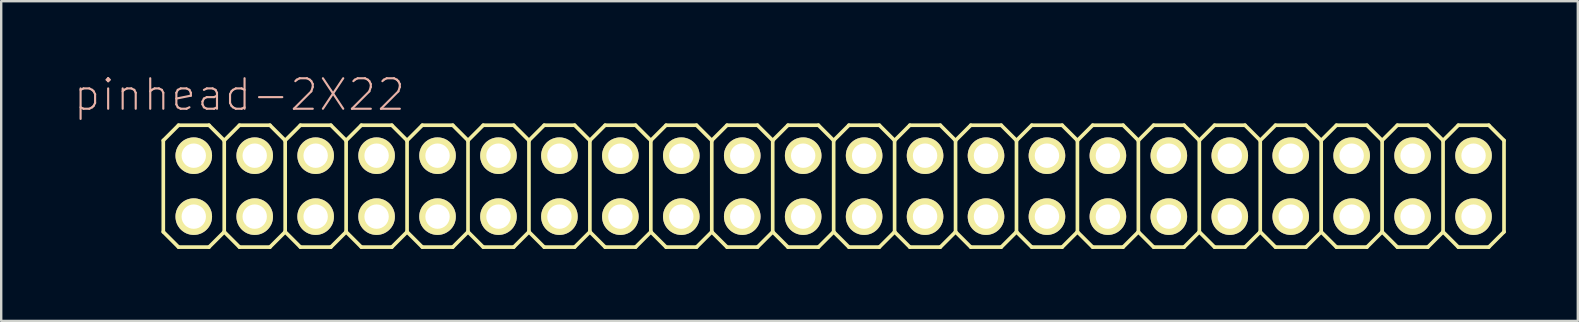
<source format=kicad_pcb>
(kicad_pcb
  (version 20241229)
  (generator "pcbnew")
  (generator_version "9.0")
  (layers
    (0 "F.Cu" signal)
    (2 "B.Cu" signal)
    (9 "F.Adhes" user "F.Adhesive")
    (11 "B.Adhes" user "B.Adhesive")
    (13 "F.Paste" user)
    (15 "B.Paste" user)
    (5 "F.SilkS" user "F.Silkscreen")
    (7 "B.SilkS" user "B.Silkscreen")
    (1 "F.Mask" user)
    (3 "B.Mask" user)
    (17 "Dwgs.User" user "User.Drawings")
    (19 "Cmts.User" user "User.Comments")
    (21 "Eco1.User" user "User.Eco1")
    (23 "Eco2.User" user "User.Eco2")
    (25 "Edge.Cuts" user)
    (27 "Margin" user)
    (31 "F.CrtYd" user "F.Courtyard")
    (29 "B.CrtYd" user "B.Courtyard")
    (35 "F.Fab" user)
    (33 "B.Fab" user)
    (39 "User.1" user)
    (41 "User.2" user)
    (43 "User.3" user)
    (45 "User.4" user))
  (footprint "pinhead-2X22"
    (layer "F.Cu")
    (at 30.426 4.709)
    (property "Reference" "pinhead-2X22" (at -23.495 -3.81 0) (layer "B.SilkS") (effects (font (size 1.27 1.27) (thickness 0.089))))
    (attr exclude_from_pos_files exclude_from_bom)
    (fp_line (start -26.67 -1.905) (end -26.035 -2.54) (stroke (width 0.152) (type solid)) (layer "F.SilkS"))
    (fp_line (start -26.67 1.905) (end -26.67 -1.905) (stroke (width 0.152) (type solid)) (layer "F.SilkS"))
    (fp_line (start -26.67 1.905) (end -26.035 2.54) (stroke (width 0.152) (type solid)) (layer "F.SilkS"))
    (fp_line (start -26.035 -2.54) (end -24.765 -2.54) (stroke (width 0.152) (type solid)) (layer "F.SilkS"))
    (fp_line (start -26.035 2.54) (end -24.765 2.54) (stroke (width 0.152) (type solid)) (layer "F.SilkS"))
    (fp_line (start -25.654 -1.524) (end -25.146 -1.524) (stroke (width 0.066) (type solid)) (layer "F.SilkS"))
    (fp_line (start -25.654 -1.016) (end -25.654 -1.524) (stroke (width 0.066) (type solid)) (layer "F.SilkS"))
    (fp_line (start -25.654 -1.016) (end -25.146 -1.016) (stroke (width 0.066) (type solid)) (layer "F.SilkS"))
    (fp_line (start -25.654 1.016) (end -25.146 1.016) (stroke (width 0.066) (type solid)) (layer "F.SilkS"))
    (fp_line (start -25.654 1.524) (end -25.654 1.016) (stroke (width 0.066) (type solid)) (layer "F.SilkS"))
    (fp_line (start -25.654 1.524) (end -25.146 1.524) (stroke (width 0.066) (type solid)) (layer "F.SilkS"))
    (fp_line (start -25.146 -1.016) (end -25.146 -1.524) (stroke (width 0.066) (type solid)) (layer "F.SilkS"))
    (fp_line (start -25.146 1.524) (end -25.146 1.016) (stroke (width 0.066) (type solid)) (layer "F.SilkS"))
    (fp_line (start -24.765 -2.54) (end -24.13 -1.905) (stroke (width 0.152) (type solid)) (layer "F.SilkS"))
    (fp_line (start -24.765 2.54) (end -24.13 1.905) (stroke (width 0.152) (type solid)) (layer "F.SilkS"))
    (fp_line (start -24.13 -1.905) (end -24.13 1.905) (stroke (width 0.152) (type solid)) (layer "F.SilkS"))
    (fp_line (start -24.13 -1.905) (end -23.495 -2.54) (stroke (width 0.152) (type solid)) (layer "F.SilkS"))
    (fp_line (start -24.13 1.905) (end -23.495 2.54) (stroke (width 0.152) (type solid)) (layer "F.SilkS"))
    (fp_line (start -23.495 -2.54) (end -22.225 -2.54) (stroke (width 0.152) (type solid)) (layer "F.SilkS"))
    (fp_line (start -23.495 2.54) (end -22.225 2.54) (stroke (width 0.152) (type solid)) (layer "F.SilkS"))
    (fp_line (start -23.114 -1.524) (end -22.606 -1.524) (stroke (width 0.066) (type solid)) (layer "F.SilkS"))
    (fp_line (start -23.114 -1.016) (end -23.114 -1.524) (stroke (width 0.066) (type solid)) (layer "F.SilkS"))
    (fp_line (start -23.114 -1.016) (end -22.606 -1.016) (stroke (width 0.066) (type solid)) (layer "F.SilkS"))
    (fp_line (start -23.114 1.016) (end -22.606 1.016) (stroke (width 0.066) (type solid)) (layer "F.SilkS"))
    (fp_line (start -23.114 1.524) (end -23.114 1.016) (stroke (width 0.066) (type solid)) (layer "F.SilkS"))
    (fp_line (start -23.114 1.524) (end -22.606 1.524) (stroke (width 0.066) (type solid)) (layer "F.SilkS"))
    (fp_line (start -22.606 -1.016) (end -22.606 -1.524) (stroke (width 0.066) (type solid)) (layer "F.SilkS"))
    (fp_line (start -22.606 1.524) (end -22.606 1.016) (stroke (width 0.066) (type solid)) (layer "F.SilkS"))
    (fp_line (start -22.225 -2.54) (end -21.59 -1.905) (stroke (width 0.152) (type solid)) (layer "F.SilkS"))
    (fp_line (start -22.225 2.54) (end -21.59 1.905) (stroke (width 0.152) (type solid)) (layer "F.SilkS"))
    (fp_line (start -21.59 -1.905) (end -21.59 1.905) (stroke (width 0.152) (type solid)) (layer "F.SilkS"))
    (fp_line (start -21.59 -1.905) (end -20.955 -2.54) (stroke (width 0.152) (type solid)) (layer "F.SilkS"))
    (fp_line (start -21.59 1.905) (end -20.955 2.54) (stroke (width 0.152) (type solid)) (layer "F.SilkS"))
    (fp_line (start -20.955 -2.54) (end -19.685 -2.54) (stroke (width 0.152) (type solid)) (layer "F.SilkS"))
    (fp_line (start -20.955 2.54) (end -19.685 2.54) (stroke (width 0.152) (type solid)) (layer "F.SilkS"))
    (fp_line (start -20.574 -1.524) (end -20.066 -1.524) (stroke (width 0.066) (type solid)) (layer "F.SilkS"))
    (fp_line (start -20.574 -1.016) (end -20.574 -1.524) (stroke (width 0.066) (type solid)) (layer "F.SilkS"))
    (fp_line (start -20.574 -1.016) (end -20.066 -1.016) (stroke (width 0.066) (type solid)) (layer "F.SilkS"))
    (fp_line (start -20.574 1.016) (end -20.066 1.016) (stroke (width 0.066) (type solid)) (layer "F.SilkS"))
    (fp_line (start -20.574 1.524) (end -20.574 1.016) (stroke (width 0.066) (type solid)) (layer "F.SilkS"))
    (fp_line (start -20.574 1.524) (end -20.066 1.524) (stroke (width 0.066) (type solid)) (layer "F.SilkS"))
    (fp_line (start -20.066 -1.016) (end -20.066 -1.524) (stroke (width 0.066) (type solid)) (layer "F.SilkS"))
    (fp_line (start -20.066 1.524) (end -20.066 1.016) (stroke (width 0.066) (type solid)) (layer "F.SilkS"))
    (fp_line (start -19.685 -2.54) (end -19.05 -1.905) (stroke (width 0.152) (type solid)) (layer "F.SilkS"))
    (fp_line (start -19.685 2.54) (end -19.05 1.905) (stroke (width 0.152) (type solid)) (layer "F.SilkS"))
    (fp_line (start -19.05 -1.905) (end -19.05 1.905) (stroke (width 0.152) (type solid)) (layer "F.SilkS"))
    (fp_line (start -19.05 -1.905) (end -18.415 -2.54) (stroke (width 0.152) (type solid)) (layer "F.SilkS"))
    (fp_line (start -19.05 1.905) (end -18.415 2.54) (stroke (width 0.152) (type solid)) (layer "F.SilkS"))
    (fp_line (start -18.415 -2.54) (end -17.145 -2.54) (stroke (width 0.152) (type solid)) (layer "F.SilkS"))
    (fp_line (start -18.415 2.54) (end -17.145 2.54) (stroke (width 0.152) (type solid)) (layer "F.SilkS"))
    (fp_line (start -18.034 -1.524) (end -17.523 -1.524) (stroke (width 0.066) (type solid)) (layer "F.SilkS"))
    (fp_line (start -18.034 -1.016) (end -18.034 -1.524) (stroke (width 0.066) (type solid)) (layer "F.SilkS"))
    (fp_line (start -18.034 -1.016) (end -17.523 -1.016) (stroke (width 0.066) (type solid)) (layer "F.SilkS"))
    (fp_line (start -18.034 1.016) (end -17.523 1.016) (stroke (width 0.066) (type solid)) (layer "F.SilkS"))
    (fp_line (start -18.034 1.524) (end -18.034 1.016) (stroke (width 0.066) (type solid)) (layer "F.SilkS"))
    (fp_line (start -18.034 1.524) (end -17.523 1.524) (stroke (width 0.066) (type solid)) (layer "F.SilkS"))
    (fp_line (start -17.523 -1.016) (end -17.523 -1.524) (stroke (width 0.066) (type solid)) (layer "F.SilkS"))
    (fp_line (start -17.523 1.524) (end -17.523 1.016) (stroke (width 0.066) (type solid)) (layer "F.SilkS"))
    (fp_line (start -17.145 -2.54) (end -16.51 -1.905) (stroke (width 0.152) (type solid)) (layer "F.SilkS"))
    (fp_line (start -17.145 2.54) (end -16.51 1.905) (stroke (width 0.152) (type solid)) (layer "F.SilkS"))
    (fp_line (start -16.51 -1.905) (end -16.51 1.905) (stroke (width 0.152) (type solid)) (layer "F.SilkS"))
    (fp_line (start -16.51 -1.905) (end -15.875 -2.54) (stroke (width 0.152) (type solid)) (layer "F.SilkS"))
    (fp_line (start -16.51 1.905) (end -15.875 2.54) (stroke (width 0.152) (type solid)) (layer "F.SilkS"))
    (fp_line (start -15.875 -2.54) (end -14.605 -2.54) (stroke (width 0.152) (type solid)) (layer "F.SilkS"))
    (fp_line (start -15.875 2.54) (end -14.605 2.54) (stroke (width 0.152) (type solid)) (layer "F.SilkS"))
    (fp_line (start -15.494 -1.524) (end -14.986 -1.524) (stroke (width 0.066) (type solid)) (layer "F.SilkS"))
    (fp_line (start -15.494 -1.016) (end -15.494 -1.524) (stroke (width 0.066) (type solid)) (layer "F.SilkS"))
    (fp_line (start -15.494 -1.016) (end -14.986 -1.016) (stroke (width 0.066) (type solid)) (layer "F.SilkS"))
    (fp_line (start -15.494 1.016) (end -14.986 1.016) (stroke (width 0.066) (type solid)) (layer "F.SilkS"))
    (fp_line (start -15.494 1.524) (end -15.494 1.016) (stroke (width 0.066) (type solid)) (layer "F.SilkS"))
    (fp_line (start -15.494 1.524) (end -14.986 1.524) (stroke (width 0.066) (type solid)) (layer "F.SilkS"))
    (fp_line (start -14.986 -1.016) (end -14.986 -1.524) (stroke (width 0.066) (type solid)) (layer "F.SilkS"))
    (fp_line (start -14.986 1.524) (end -14.986 1.016) (stroke (width 0.066) (type solid)) (layer "F.SilkS"))
    (fp_line (start -14.605 -2.54) (end -13.97 -1.905) (stroke (width 0.152) (type solid)) (layer "F.SilkS"))
    (fp_line (start -14.605 2.54) (end -13.97 1.905) (stroke (width 0.152) (type solid)) (layer "F.SilkS"))
    (fp_line (start -13.97 -1.905) (end -13.97 1.905) (stroke (width 0.152) (type solid)) (layer "F.SilkS"))
    (fp_line (start -13.97 -1.905) (end -13.335 -2.54) (stroke (width 0.152) (type solid)) (layer "F.SilkS"))
    (fp_line (start -13.97 1.905) (end -13.335 2.54) (stroke (width 0.152) (type solid)) (layer "F.SilkS"))
    (fp_line (start -13.335 -2.54) (end -12.065 -2.54) (stroke (width 0.152) (type solid)) (layer "F.SilkS"))
    (fp_line (start -13.335 2.54) (end -12.065 2.54) (stroke (width 0.152) (type solid)) (layer "F.SilkS"))
    (fp_line (start -12.954 -1.524) (end -12.446 -1.524) (stroke (width 0.066) (type solid)) (layer "F.SilkS"))
    (fp_line (start -12.954 -1.016) (end -12.954 -1.524) (stroke (width 0.066) (type solid)) (layer "F.SilkS"))
    (fp_line (start -12.954 -1.016) (end -12.446 -1.016) (stroke (width 0.066) (type solid)) (layer "F.SilkS"))
    (fp_line (start -12.954 1.016) (end -12.446 1.016) (stroke (width 0.066) (type solid)) (layer "F.SilkS"))
    (fp_line (start -12.954 1.524) (end -12.954 1.016) (stroke (width 0.066) (type solid)) (layer "F.SilkS"))
    (fp_line (start -12.954 1.524) (end -12.446 1.524) (stroke (width 0.066) (type solid)) (layer "F.SilkS"))
    (fp_line (start -12.446 -1.016) (end -12.446 -1.524) (stroke (width 0.066) (type solid)) (layer "F.SilkS"))
    (fp_line (start -12.446 1.524) (end -12.446 1.016) (stroke (width 0.066) (type solid)) (layer "F.SilkS"))
    (fp_line (start -12.065 -2.54) (end -11.43 -1.905) (stroke (width 0.152) (type solid)) (layer "F.SilkS"))
    (fp_line (start -12.065 2.54) (end -11.43 1.905) (stroke (width 0.152) (type solid)) (layer "F.SilkS"))
    (fp_line (start -11.43 -1.905) (end -11.43 1.905) (stroke (width 0.152) (type solid)) (layer "F.SilkS"))
    (fp_line (start -11.43 -1.905) (end -10.795 -2.54) (stroke (width 0.152) (type solid)) (layer "F.SilkS"))
    (fp_line (start -11.43 1.905) (end -10.795 2.54) (stroke (width 0.152) (type solid)) (layer "F.SilkS"))
    (fp_line (start -10.795 -2.54) (end -9.525 -2.54) (stroke (width 0.152) (type solid)) (layer "F.SilkS"))
    (fp_line (start -10.414 -1.524) (end -9.906 -1.524) (stroke (width 0.066) (type solid)) (layer "F.SilkS"))
    (fp_line (start -10.414 -1.016) (end -10.414 -1.524) (stroke (width 0.066) (type solid)) (layer "F.SilkS"))
    (fp_line (start -10.414 -1.016) (end -9.906 -1.016) (stroke (width 0.066) (type solid)) (layer "F.SilkS"))
    (fp_line (start -10.414 1.016) (end -9.906 1.016) (stroke (width 0.066) (type solid)) (layer "F.SilkS"))
    (fp_line (start -10.414 1.524) (end -10.414 1.016) (stroke (width 0.066) (type solid)) (layer "F.SilkS"))
    (fp_line (start -10.414 1.524) (end -9.906 1.524) (stroke (width 0.066) (type solid)) (layer "F.SilkS"))
    (fp_line (start -9.906 -1.016) (end -9.906 -1.524) (stroke (width 0.066) (type solid)) (layer "F.SilkS"))
    (fp_line (start -9.906 1.524) (end -9.906 1.016) (stroke (width 0.066) (type solid)) (layer "F.SilkS"))
    (fp_line (start -9.525 -2.54) (end -8.89 -1.905) (stroke (width 0.152) (type solid)) (layer "F.SilkS"))
    (fp_line (start -9.525 2.54) (end -10.795 2.54) (stroke (width 0.152) (type solid)) (layer "F.SilkS"))
    (fp_line (start -8.89 -1.905) (end -8.89 1.905) (stroke (width 0.152) (type solid)) (layer "F.SilkS"))
    (fp_line (start -8.89 -1.905) (end -8.255 -2.54) (stroke (width 0.152) (type solid)) (layer "F.SilkS"))
    (fp_line (start -8.89 1.905) (end -9.525 2.54) (stroke (width 0.152) (type solid)) (layer "F.SilkS"))
    (fp_line (start -8.89 1.905) (end -8.255 2.54) (stroke (width 0.152) (type solid)) (layer "F.SilkS"))
    (fp_line (start -8.255 -2.54) (end -6.985 -2.54) (stroke (width 0.152) (type solid)) (layer "F.SilkS"))
    (fp_line (start -7.874 -1.524) (end -7.366 -1.524) (stroke (width 0.066) (type solid)) (layer "F.SilkS"))
    (fp_line (start -7.874 -1.016) (end -7.874 -1.524) (stroke (width 0.066) (type solid)) (layer "F.SilkS"))
    (fp_line (start -7.874 -1.016) (end -7.366 -1.016) (stroke (width 0.066) (type solid)) (layer "F.SilkS"))
    (fp_line (start -7.874 1.016) (end -7.366 1.016) (stroke (width 0.066) (type solid)) (layer "F.SilkS"))
    (fp_line (start -7.874 1.524) (end -7.874 1.016) (stroke (width 0.066) (type solid)) (layer "F.SilkS"))
    (fp_line (start -7.874 1.524) (end -7.366 1.524) (stroke (width 0.066) (type solid)) (layer "F.SilkS"))
    (fp_line (start -7.366 -1.016) (end -7.366 -1.524) (stroke (width 0.066) (type solid)) (layer "F.SilkS"))
    (fp_line (start -7.366 1.524) (end -7.366 1.016) (stroke (width 0.066) (type solid)) (layer "F.SilkS"))
    (fp_line (start -6.985 -2.54) (end -6.35 -1.905) (stroke (width 0.152) (type solid)) (layer "F.SilkS"))
    (fp_line (start -6.985 2.54) (end -8.255 2.54) (stroke (width 0.152) (type solid)) (layer "F.SilkS"))
    (fp_line (start -6.35 -1.905) (end -6.35 1.905) (stroke (width 0.152) (type solid)) (layer "F.SilkS"))
    (fp_line (start -6.35 -1.905) (end -5.715 -2.54) (stroke (width 0.152) (type solid)) (layer "F.SilkS"))
    (fp_line (start -6.35 1.905) (end -6.985 2.54) (stroke (width 0.152) (type solid)) (layer "F.SilkS"))
    (fp_line (start -6.35 1.905) (end -5.715 2.54) (stroke (width 0.152) (type solid)) (layer "F.SilkS"))
    (fp_line (start -5.715 -2.54) (end -4.445 -2.54) (stroke (width 0.152) (type solid)) (layer "F.SilkS"))
    (fp_line (start -5.334 -1.524) (end -4.826 -1.524) (stroke (width 0.066) (type solid)) (layer "F.SilkS"))
    (fp_line (start -5.334 -1.016) (end -5.334 -1.524) (stroke (width 0.066) (type solid)) (layer "F.SilkS"))
    (fp_line (start -5.334 -1.016) (end -4.826 -1.016) (stroke (width 0.066) (type solid)) (layer "F.SilkS"))
    (fp_line (start -5.334 1.016) (end -4.826 1.016) (stroke (width 0.066) (type solid)) (layer "F.SilkS"))
    (fp_line (start -5.334 1.524) (end -5.334 1.016) (stroke (width 0.066) (type solid)) (layer "F.SilkS"))
    (fp_line (start -5.334 1.524) (end -4.826 1.524) (stroke (width 0.066) (type solid)) (layer "F.SilkS"))
    (fp_line (start -4.826 -1.016) (end -4.826 -1.524) (stroke (width 0.066) (type solid)) (layer "F.SilkS"))
    (fp_line (start -4.826 1.524) (end -4.826 1.016) (stroke (width 0.066) (type solid)) (layer "F.SilkS"))
    (fp_line (start -4.445 -2.54) (end -3.81 -1.905) (stroke (width 0.152) (type solid)) (layer "F.SilkS"))
    (fp_line (start -4.445 2.54) (end -5.715 2.54) (stroke (width 0.152) (type solid)) (layer "F.SilkS"))
    (fp_line (start -3.81 -1.905) (end -3.81 1.905) (stroke (width 0.152) (type solid)) (layer "F.SilkS"))
    (fp_line (start -3.81 -1.905) (end -3.175 -2.54) (stroke (width 0.152) (type solid)) (layer "F.SilkS"))
    (fp_line (start -3.81 1.905) (end -4.445 2.54) (stroke (width 0.152) (type solid)) (layer "F.SilkS"))
    (fp_line (start -3.81 1.905) (end -3.175 2.54) (stroke (width 0.152) (type solid)) (layer "F.SilkS"))
    (fp_line (start -3.175 -2.54) (end -1.905 -2.54) (stroke (width 0.152) (type solid)) (layer "F.SilkS"))
    (fp_line (start -2.794 -1.524) (end -2.286 -1.524) (stroke (width 0.066) (type solid)) (layer "F.SilkS"))
    (fp_line (start -2.794 -1.016) (end -2.794 -1.524) (stroke (width 0.066) (type solid)) (layer "F.SilkS"))
    (fp_line (start -2.794 -1.016) (end -2.286 -1.016) (stroke (width 0.066) (type solid)) (layer "F.SilkS"))
    (fp_line (start -2.794 1.016) (end -2.286 1.016) (stroke (width 0.066) (type solid)) (layer "F.SilkS"))
    (fp_line (start -2.794 1.524) (end -2.794 1.016) (stroke (width 0.066) (type solid)) (layer "F.SilkS"))
    (fp_line (start -2.794 1.524) (end -2.286 1.524) (stroke (width 0.066) (type solid)) (layer "F.SilkS"))
    (fp_line (start -2.286 -1.016) (end -2.286 -1.524) (stroke (width 0.066) (type solid)) (layer "F.SilkS"))
    (fp_line (start -2.286 1.524) (end -2.286 1.016) (stroke (width 0.066) (type solid)) (layer "F.SilkS"))
    (fp_line (start -1.905 -2.54) (end -1.27 -1.905) (stroke (width 0.152) (type solid)) (layer "F.SilkS"))
    (fp_line (start -1.905 2.54) (end -3.175 2.54) (stroke (width 0.152) (type solid)) (layer "F.SilkS"))
    (fp_line (start -1.27 -1.905) (end -1.27 1.905) (stroke (width 0.152) (type solid)) (layer "F.SilkS"))
    (fp_line (start -1.27 -1.905) (end -0.635 -2.54) (stroke (width 0.152) (type solid)) (layer "F.SilkS"))
    (fp_line (start -1.27 1.905) (end -1.905 2.54) (stroke (width 0.152) (type solid)) (layer "F.SilkS"))
    (fp_line (start -1.27 1.905) (end -0.635 2.54) (stroke (width 0.152) (type solid)) (layer "F.SilkS"))
    (fp_line (start -0.635 -2.54) (end 0.635 -2.54) (stroke (width 0.152) (type solid)) (layer "F.SilkS"))
    (fp_line (start -0.254 -1.524) (end 0.254 -1.524) (stroke (width 0.066) (type solid)) (layer "F.SilkS"))
    (fp_line (start -0.254 -1.016) (end -0.254 -1.524) (stroke (width 0.066) (type solid)) (layer "F.SilkS"))
    (fp_line (start -0.254 -1.016) (end 0.254 -1.016) (stroke (width 0.066) (type solid)) (layer "F.SilkS"))
    (fp_line (start -0.254 1.016) (end 0.254 1.016) (stroke (width 0.066) (type solid)) (layer "F.SilkS"))
    (fp_line (start -0.254 1.524) (end -0.254 1.016) (stroke (width 0.066) (type solid)) (layer "F.SilkS"))
    (fp_line (start -0.254 1.524) (end 0.254 1.524) (stroke (width 0.066) (type solid)) (layer "F.SilkS"))
    (fp_line (start 0.254 -1.016) (end 0.254 -1.524) (stroke (width 0.066) (type solid)) (layer "F.SilkS"))
    (fp_line (start 0.254 1.524) (end 0.254 1.016) (stroke (width 0.066) (type solid)) (layer "F.SilkS"))
    (fp_line (start 0.635 -2.54) (end 1.27 -1.905) (stroke (width 0.152) (type solid)) (layer "F.SilkS"))
    (fp_line (start 0.635 2.54) (end -0.635 2.54) (stroke (width 0.152) (type solid)) (layer "F.SilkS"))
    (fp_line (start 1.27 -1.905) (end 1.27 1.905) (stroke (width 0.152) (type solid)) (layer "F.SilkS"))
    (fp_line (start 1.27 -1.905) (end 1.905 -2.54) (stroke (width 0.152) (type solid)) (layer "F.SilkS"))
    (fp_line (start 1.27 1.905) (end 0.635 2.54) (stroke (width 0.152) (type solid)) (layer "F.SilkS"))
    (fp_line (start 1.27 1.905) (end 1.905 2.54) (stroke (width 0.152) (type solid)) (layer "F.SilkS"))
    (fp_line (start 1.905 -2.54) (end 3.175 -2.54) (stroke (width 0.152) (type solid)) (layer "F.SilkS"))
    (fp_line (start 2.286 -1.524) (end 2.794 -1.524) (stroke (width 0.066) (type solid)) (layer "F.SilkS"))
    (fp_line (start 2.286 -1.016) (end 2.286 -1.524) (stroke (width 0.066) (type solid)) (layer "F.SilkS"))
    (fp_line (start 2.286 -1.016) (end 2.794 -1.016) (stroke (width 0.066) (type solid)) (layer "F.SilkS"))
    (fp_line (start 2.286 1.016) (end 2.794 1.016) (stroke (width 0.066) (type solid)) (layer "F.SilkS"))
    (fp_line (start 2.286 1.524) (end 2.286 1.016) (stroke (width 0.066) (type solid)) (layer "F.SilkS"))
    (fp_line (start 2.286 1.524) (end 2.794 1.524) (stroke (width 0.066) (type solid)) (layer "F.SilkS"))
    (fp_line (start 2.794 -1.016) (end 2.794 -1.524) (stroke (width 0.066) (type solid)) (layer "F.SilkS"))
    (fp_line (start 2.794 1.524) (end 2.794 1.016) (stroke (width 0.066) (type solid)) (layer "F.SilkS"))
    (fp_line (start 3.175 2.54) (end 1.905 2.54) (stroke (width 0.152) (type solid)) (layer "F.SilkS"))
    (fp_line (start 3.81 -1.905) (end 3.175 -2.54) (stroke (width 0.152) (type solid)) (layer "F.SilkS"))
    (fp_line (start 3.81 -1.905) (end 3.81 1.905) (stroke (width 0.152) (type solid)) (layer "F.SilkS"))
    (fp_line (start 3.81 -1.905) (end 4.445 -2.54) (stroke (width 0.152) (type solid)) (layer "F.SilkS"))
    (fp_line (start 3.81 1.905) (end 3.175 2.54) (stroke (width 0.152) (type solid)) (layer "F.SilkS"))
    (fp_line (start 3.81 1.905) (end 4.445 2.54) (stroke (width 0.152) (type solid)) (layer "F.SilkS"))
    (fp_line (start 4.826 -1.524) (end 5.334 -1.524) (stroke (width 0.066) (type solid)) (layer "F.SilkS"))
    (fp_line (start 4.826 -1.016) (end 4.826 -1.524) (stroke (width 0.066) (type solid)) (layer "F.SilkS"))
    (fp_line (start 4.826 -1.016) (end 5.334 -1.016) (stroke (width 0.066) (type solid)) (layer "F.SilkS"))
    (fp_line (start 4.826 1.016) (end 5.334 1.016) (stroke (width 0.066) (type solid)) (layer "F.SilkS"))
    (fp_line (start 4.826 1.524) (end 4.826 1.016) (stroke (width 0.066) (type solid)) (layer "F.SilkS"))
    (fp_line (start 4.826 1.524) (end 5.334 1.524) (stroke (width 0.066) (type solid)) (layer "F.SilkS"))
    (fp_line (start 5.334 -1.016) (end 5.334 -1.524) (stroke (width 0.066) (type solid)) (layer "F.SilkS"))
    (fp_line (start 5.334 1.524) (end 5.334 1.016) (stroke (width 0.066) (type solid)) (layer "F.SilkS"))
    (fp_line (start 5.715 -2.54) (end 4.445 -2.54) (stroke (width 0.152) (type solid)) (layer "F.SilkS"))
    (fp_line (start 5.715 -2.54) (end 6.35 -1.905) (stroke (width 0.152) (type solid)) (layer "F.SilkS"))
    (fp_line (start 5.715 2.54) (end 4.445 2.54) (stroke (width 0.152) (type solid)) (layer "F.SilkS"))
    (fp_line (start 6.35 -1.905) (end 6.35 1.905) (stroke (width 0.152) (type solid)) (layer "F.SilkS"))
    (fp_line (start 6.35 -1.905) (end 6.985 -2.54) (stroke (width 0.152) (type solid)) (layer "F.SilkS"))
    (fp_line (start 6.35 1.905) (end 5.715 2.54) (stroke (width 0.152) (type solid)) (layer "F.SilkS"))
    (fp_line (start 6.35 1.905) (end 6.985 2.54) (stroke (width 0.152) (type solid)) (layer "F.SilkS"))
    (fp_line (start 7.366 -1.524) (end 7.874 -1.524) (stroke (width 0.066) (type solid)) (layer "F.SilkS"))
    (fp_line (start 7.366 -1.016) (end 7.366 -1.524) (stroke (width 0.066) (type solid)) (layer "F.SilkS"))
    (fp_line (start 7.366 -1.016) (end 7.874 -1.016) (stroke (width 0.066) (type solid)) (layer "F.SilkS"))
    (fp_line (start 7.366 1.016) (end 7.874 1.016) (stroke (width 0.066) (type solid)) (layer "F.SilkS"))
    (fp_line (start 7.366 1.524) (end 7.366 1.016) (stroke (width 0.066) (type solid)) (layer "F.SilkS"))
    (fp_line (start 7.366 1.524) (end 7.874 1.524) (stroke (width 0.066) (type solid)) (layer "F.SilkS"))
    (fp_line (start 7.874 -1.016) (end 7.874 -1.524) (stroke (width 0.066) (type solid)) (layer "F.SilkS"))
    (fp_line (start 7.874 1.524) (end 7.874 1.016) (stroke (width 0.066) (type solid)) (layer "F.SilkS"))
    (fp_line (start 8.255 -2.54) (end 6.985 -2.54) (stroke (width 0.152) (type solid)) (layer "F.SilkS"))
    (fp_line (start 8.255 -2.54) (end 8.89 -1.905) (stroke (width 0.152) (type solid)) (layer "F.SilkS"))
    (fp_line (start 8.255 2.54) (end 6.985 2.54) (stroke (width 0.152) (type solid)) (layer "F.SilkS"))
    (fp_line (start 8.89 -1.905) (end 8.89 1.905) (stroke (width 0.152) (type solid)) (layer "F.SilkS"))
    (fp_line (start 8.89 -1.905) (end 9.525 -2.54) (stroke (width 0.152) (type solid)) (layer "F.SilkS"))
    (fp_line (start 8.89 1.905) (end 8.255 2.54) (stroke (width 0.152) (type solid)) (layer "F.SilkS"))
    (fp_line (start 9.525 2.54) (end 8.89 1.905) (stroke (width 0.152) (type solid)) (layer "F.SilkS"))
    (fp_line (start 9.525 2.54) (end 10.795 2.54) (stroke (width 0.152) (type solid)) (layer "F.SilkS"))
    (fp_line (start 9.906 -1.524) (end 10.414 -1.524) (stroke (width 0.066) (type solid)) (layer "F.SilkS"))
    (fp_line (start 9.906 -1.016) (end 9.906 -1.524) (stroke (width 0.066) (type solid)) (layer "F.SilkS"))
    (fp_line (start 9.906 -1.016) (end 10.414 -1.016) (stroke (width 0.066) (type solid)) (layer "F.SilkS"))
    (fp_line (start 9.906 1.016) (end 10.414 1.016) (stroke (width 0.066) (type solid)) (layer "F.SilkS"))
    (fp_line (start 9.906 1.524) (end 9.906 1.016) (stroke (width 0.066) (type solid)) (layer "F.SilkS"))
    (fp_line (start 9.906 1.524) (end 10.414 1.524) (stroke (width 0.066) (type solid)) (layer "F.SilkS"))
    (fp_line (start 10.414 -1.016) (end 10.414 -1.524) (stroke (width 0.066) (type solid)) (layer "F.SilkS"))
    (fp_line (start 10.414 1.524) (end 10.414 1.016) (stroke (width 0.066) (type solid)) (layer "F.SilkS"))
    (fp_line (start 10.795 -2.54) (end 9.525 -2.54) (stroke (width 0.152) (type solid)) (layer "F.SilkS"))
    (fp_line (start 10.795 -2.54) (end 11.43 -1.905) (stroke (width 0.152) (type solid)) (layer "F.SilkS"))
    (fp_line (start 11.43 -1.905) (end 11.43 1.905) (stroke (width 0.152) (type solid)) (layer "F.SilkS"))
    (fp_line (start 11.43 -1.905) (end 12.065 -2.54) (stroke (width 0.152) (type solid)) (layer "F.SilkS"))
    (fp_line (start 11.43 1.905) (end 10.795 2.54) (stroke (width 0.152) (type solid)) (layer "F.SilkS"))
    (fp_line (start 12.065 2.54) (end 11.43 1.905) (stroke (width 0.152) (type solid)) (layer "F.SilkS"))
    (fp_line (start 12.065 2.54) (end 13.335 2.54) (stroke (width 0.152) (type solid)) (layer "F.SilkS"))
    (fp_line (start 12.446 -1.524) (end 12.954 -1.524) (stroke (width 0.066) (type solid)) (layer "F.SilkS"))
    (fp_line (start 12.446 -1.016) (end 12.446 -1.524) (stroke (width 0.066) (type solid)) (layer "F.SilkS"))
    (fp_line (start 12.446 -1.016) (end 12.954 -1.016) (stroke (width 0.066) (type solid)) (layer "F.SilkS"))
    (fp_line (start 12.446 1.016) (end 12.954 1.016) (stroke (width 0.066) (type solid)) (layer "F.SilkS"))
    (fp_line (start 12.446 1.524) (end 12.446 1.016) (stroke (width 0.066) (type solid)) (layer "F.SilkS"))
    (fp_line (start 12.446 1.524) (end 12.954 1.524) (stroke (width 0.066) (type solid)) (layer "F.SilkS"))
    (fp_line (start 12.954 -1.016) (end 12.954 -1.524) (stroke (width 0.066) (type solid)) (layer "F.SilkS"))
    (fp_line (start 12.954 1.524) (end 12.954 1.016) (stroke (width 0.066) (type solid)) (layer "F.SilkS"))
    (fp_line (start 13.335 -2.54) (end 12.065 -2.54) (stroke (width 0.152) (type solid)) (layer "F.SilkS"))
    (fp_line (start 13.335 -2.54) (end 13.97 -1.905) (stroke (width 0.152) (type solid)) (layer "F.SilkS"))
    (fp_line (start 13.97 -1.905) (end 13.97 1.905) (stroke (width 0.152) (type solid)) (layer "F.SilkS"))
    (fp_line (start 13.97 -1.905) (end 14.605 -2.54) (stroke (width 0.152) (type solid)) (layer "F.SilkS"))
    (fp_line (start 13.97 1.905) (end 13.335 2.54) (stroke (width 0.152) (type solid)) (layer "F.SilkS"))
    (fp_line (start 13.97 1.905) (end 14.605 2.54) (stroke (width 0.152) (type solid)) (layer "F.SilkS"))
    (fp_line (start 14.986 -1.524) (end 15.494 -1.524) (stroke (width 0.066) (type solid)) (layer "F.SilkS"))
    (fp_line (start 14.986 -1.016) (end 14.986 -1.524) (stroke (width 0.066) (type solid)) (layer "F.SilkS"))
    (fp_line (start 14.986 -1.016) (end 15.494 -1.016) (stroke (width 0.066) (type solid)) (layer "F.SilkS"))
    (fp_line (start 14.986 1.016) (end 15.494 1.016) (stroke (width 0.066) (type solid)) (layer "F.SilkS"))
    (fp_line (start 14.986 1.524) (end 14.986 1.016) (stroke (width 0.066) (type solid)) (layer "F.SilkS"))
    (fp_line (start 14.986 1.524) (end 15.494 1.524) (stroke (width 0.066) (type solid)) (layer "F.SilkS"))
    (fp_line (start 15.494 -1.016) (end 15.494 -1.524) (stroke (width 0.066) (type solid)) (layer "F.SilkS"))
    (fp_line (start 15.494 1.524) (end 15.494 1.016) (stroke (width 0.066) (type solid)) (layer "F.SilkS"))
    (fp_line (start 15.875 -2.54) (end 14.605 -2.54) (stroke (width 0.152) (type solid)) (layer "F.SilkS"))
    (fp_line (start 15.875 -2.54) (end 16.51 -1.905) (stroke (width 0.152) (type solid)) (layer "F.SilkS"))
    (fp_line (start 15.875 2.54) (end 14.605 2.54) (stroke (width 0.152) (type solid)) (layer "F.SilkS"))
    (fp_line (start 16.51 -1.905) (end 16.51 1.905) (stroke (width 0.152) (type solid)) (layer "F.SilkS"))
    (fp_line (start 16.51 -1.905) (end 17.145 -2.54) (stroke (width 0.152) (type solid)) (layer "F.SilkS"))
    (fp_line (start 16.51 1.905) (end 15.875 2.54) (stroke (width 0.152) (type solid)) (layer "F.SilkS"))
    (fp_line (start 16.51 1.905) (end 17.145 2.54) (stroke (width 0.152) (type solid)) (layer "F.SilkS"))
    (fp_line (start 17.523 -1.524) (end 18.034 -1.524) (stroke (width 0.066) (type solid)) (layer "F.SilkS"))
    (fp_line (start 17.523 -1.016) (end 17.523 -1.524) (stroke (width 0.066) (type solid)) (layer "F.SilkS"))
    (fp_line (start 17.523 -1.016) (end 18.034 -1.016) (stroke (width 0.066) (type solid)) (layer "F.SilkS"))
    (fp_line (start 17.523 1.016) (end 18.034 1.016) (stroke (width 0.066) (type solid)) (layer "F.SilkS"))
    (fp_line (start 17.523 1.524) (end 17.523 1.016) (stroke (width 0.066) (type solid)) (layer "F.SilkS"))
    (fp_line (start 17.523 1.524) (end 18.034 1.524) (stroke (width 0.066) (type solid)) (layer "F.SilkS"))
    (fp_line (start 18.034 -1.016) (end 18.034 -1.524) (stroke (width 0.066) (type solid)) (layer "F.SilkS"))
    (fp_line (start 18.034 1.524) (end 18.034 1.016) (stroke (width 0.066) (type solid)) (layer "F.SilkS"))
    (fp_line (start 18.415 -2.54) (end 17.145 -2.54) (stroke (width 0.152) (type solid)) (layer "F.SilkS"))
    (fp_line (start 18.415 -2.54) (end 19.05 -1.905) (stroke (width 0.152) (type solid)) (layer "F.SilkS"))
    (fp_line (start 18.415 2.54) (end 17.145 2.54) (stroke (width 0.152) (type solid)) (layer "F.SilkS"))
    (fp_line (start 19.05 -1.905) (end 19.05 1.905) (stroke (width 0.152) (type solid)) (layer "F.SilkS"))
    (fp_line (start 19.05 -1.905) (end 19.685 -2.54) (stroke (width 0.152) (type solid)) (layer "F.SilkS"))
    (fp_line (start 19.05 1.905) (end 18.415 2.54) (stroke (width 0.152) (type solid)) (layer "F.SilkS"))
    (fp_line (start 19.05 1.905) (end 19.685 2.54) (stroke (width 0.152) (type solid)) (layer "F.SilkS"))
    (fp_line (start 20.066 -1.524) (end 20.574 -1.524) (stroke (width 0.066) (type solid)) (layer "F.SilkS"))
    (fp_line (start 20.066 -1.016) (end 20.066 -1.524) (stroke (width 0.066) (type solid)) (layer "F.SilkS"))
    (fp_line (start 20.066 -1.016) (end 20.574 -1.016) (stroke (width 0.066) (type solid)) (layer "F.SilkS"))
    (fp_line (start 20.066 1.016) (end 20.574 1.016) (stroke (width 0.066) (type solid)) (layer "F.SilkS"))
    (fp_line (start 20.066 1.524) (end 20.066 1.016) (stroke (width 0.066) (type solid)) (layer "F.SilkS"))
    (fp_line (start 20.066 1.524) (end 20.574 1.524) (stroke (width 0.066) (type solid)) (layer "F.SilkS"))
    (fp_line (start 20.574 -1.016) (end 20.574 -1.524) (stroke (width 0.066) (type solid)) (layer "F.SilkS"))
    (fp_line (start 20.574 1.524) (end 20.574 1.016) (stroke (width 0.066) (type solid)) (layer "F.SilkS"))
    (fp_line (start 20.955 -2.54) (end 19.685 -2.54) (stroke (width 0.152) (type solid)) (layer "F.SilkS"))
    (fp_line (start 20.955 -2.54) (end 21.59 -1.905) (stroke (width 0.152) (type solid)) (layer "F.SilkS"))
    (fp_line (start 20.955 2.54) (end 19.685 2.54) (stroke (width 0.152) (type solid)) (layer "F.SilkS"))
    (fp_line (start 21.59 -1.905) (end 21.59 1.905) (stroke (width 0.152) (type solid)) (layer "F.SilkS"))
    (fp_line (start 21.59 -1.905) (end 22.225 -2.54) (stroke (width 0.152) (type solid)) (layer "F.SilkS"))
    (fp_line (start 21.59 1.905) (end 20.955 2.54) (stroke (width 0.152) (type solid)) (layer "F.SilkS"))
    (fp_line (start 21.59 1.905) (end 22.225 2.54) (stroke (width 0.152) (type solid)) (layer "F.SilkS"))
    (fp_line (start 22.606 -1.524) (end 23.114 -1.524) (stroke (width 0.066) (type solid)) (layer "F.SilkS"))
    (fp_line (start 22.606 -1.016) (end 22.606 -1.524) (stroke (width 0.066) (type solid)) (layer "F.SilkS"))
    (fp_line (start 22.606 -1.016) (end 23.114 -1.016) (stroke (width 0.066) (type solid)) (layer "F.SilkS"))
    (fp_line (start 22.606 1.016) (end 23.114 1.016) (stroke (width 0.066) (type solid)) (layer "F.SilkS"))
    (fp_line (start 22.606 1.524) (end 22.606 1.016) (stroke (width 0.066) (type solid)) (layer "F.SilkS"))
    (fp_line (start 22.606 1.524) (end 23.114 1.524) (stroke (width 0.066) (type solid)) (layer "F.SilkS"))
    (fp_line (start 23.114 -1.016) (end 23.114 -1.524) (stroke (width 0.066) (type solid)) (layer "F.SilkS"))
    (fp_line (start 23.114 1.524) (end 23.114 1.016) (stroke (width 0.066) (type solid)) (layer "F.SilkS"))
    (fp_line (start 23.495 -2.54) (end 22.225 -2.54) (stroke (width 0.152) (type solid)) (layer "F.SilkS"))
    (fp_line (start 23.495 -2.54) (end 24.13 -1.905) (stroke (width 0.152) (type solid)) (layer "F.SilkS"))
    (fp_line (start 23.495 2.54) (end 22.225 2.54) (stroke (width 0.152) (type solid)) (layer "F.SilkS"))
    (fp_line (start 24.13 -1.905) (end 24.13 1.905) (stroke (width 0.152) (type solid)) (layer "F.SilkS"))
    (fp_line (start 24.13 -1.905) (end 24.765 -2.54) (stroke (width 0.152) (type solid)) (layer "F.SilkS"))
    (fp_line (start 24.13 1.905) (end 23.495 2.54) (stroke (width 0.152) (type solid)) (layer "F.SilkS"))
    (fp_line (start 24.13 1.905) (end 24.765 2.54) (stroke (width 0.152) (type solid)) (layer "F.SilkS"))
    (fp_line (start 25.146 -1.524) (end 25.654 -1.524) (stroke (width 0.066) (type solid)) (layer "F.SilkS"))
    (fp_line (start 25.146 -1.016) (end 25.146 -1.524) (stroke (width 0.066) (type solid)) (layer "F.SilkS"))
    (fp_line (start 25.146 -1.016) (end 25.654 -1.016) (stroke (width 0.066) (type solid)) (layer "F.SilkS"))
    (fp_line (start 25.146 1.016) (end 25.654 1.016) (stroke (width 0.066) (type solid)) (layer "F.SilkS"))
    (fp_line (start 25.146 1.524) (end 25.146 1.016) (stroke (width 0.066) (type solid)) (layer "F.SilkS"))
    (fp_line (start 25.146 1.524) (end 25.654 1.524) (stroke (width 0.066) (type solid)) (layer "F.SilkS"))
    (fp_line (start 25.654 -1.016) (end 25.654 -1.524) (stroke (width 0.066) (type solid)) (layer "F.SilkS"))
    (fp_line (start 25.654 1.524) (end 25.654 1.016) (stroke (width 0.066) (type solid)) (layer "F.SilkS"))
    (fp_line (start 26.035 -2.54) (end 24.765 -2.54) (stroke (width 0.152) (type solid)) (layer "F.SilkS"))
    (fp_line (start 26.035 -2.54) (end 26.67 -1.905) (stroke (width 0.152) (type solid)) (layer "F.SilkS"))
    (fp_line (start 26.035 2.54) (end 24.765 2.54) (stroke (width 0.152) (type solid)) (layer "F.SilkS"))
    (fp_line (start 26.67 -1.905) (end 26.67 1.905) (stroke (width 0.152) (type solid)) (layer "F.SilkS"))
    (fp_line (start 26.67 -1.905) (end 27.305 -2.54) (stroke (width 0.152) (type solid)) (layer "F.SilkS"))
    (fp_line (start 26.67 1.905) (end 26.035 2.54) (stroke (width 0.152) (type solid)) (layer "F.SilkS"))
    (fp_line (start 26.67 1.905) (end 27.305 2.54) (stroke (width 0.152) (type solid)) (layer "F.SilkS"))
    (fp_line (start 27.686 -1.524) (end 28.194 -1.524) (stroke (width 0.066) (type solid)) (layer "F.SilkS"))
    (fp_line (start 27.686 -1.016) (end 27.686 -1.524) (stroke (width 0.066) (type solid)) (layer "F.SilkS"))
    (fp_line (start 27.686 -1.016) (end 28.194 -1.016) (stroke (width 0.066) (type solid)) (layer "F.SilkS"))
    (fp_line (start 27.686 1.016) (end 28.194 1.016) (stroke (width 0.066) (type solid)) (layer "F.SilkS"))
    (fp_line (start 27.686 1.524) (end 27.686 1.016) (stroke (width 0.066) (type solid)) (layer "F.SilkS"))
    (fp_line (start 27.686 1.524) (end 28.194 1.524) (stroke (width 0.066) (type solid)) (layer "F.SilkS"))
    (fp_line (start 28.194 -1.016) (end 28.194 -1.524) (stroke (width 0.066) (type solid)) (layer "F.SilkS"))
    (fp_line (start 28.194 1.524) (end 28.194 1.016) (stroke (width 0.066) (type solid)) (layer "F.SilkS"))
    (fp_line (start 28.575 -2.54) (end 27.305 -2.54) (stroke (width 0.152) (type solid)) (layer "F.SilkS"))
    (fp_line (start 28.575 -2.54) (end 29.21 -1.905) (stroke (width 0.152) (type solid)) (layer "F.SilkS"))
    (fp_line (start 28.575 2.54) (end 27.305 2.54) (stroke (width 0.152) (type solid)) (layer "F.SilkS"))
    (fp_line (start 29.21 -1.905) (end 29.21 1.905) (stroke (width 0.152) (type solid)) (layer "F.SilkS"))
    (fp_line (start 29.21 1.905) (end 28.575 2.54) (stroke (width 0.152) (type solid)) (layer "F.SilkS"))
    (pad "1" thru_hole circle (at -25.4 1.27) (size 1.524 1.524) (drill 1.016) (layers "*.Cu" "F.Mask" "F.SilkS" "F.Paste"))
    (pad "2" thru_hole circle (at -25.4 -1.27) (size 1.524 1.524) (drill 1.016) (layers "*.Cu" "F.Mask" "F.SilkS" "F.Paste"))
    (pad "3" thru_hole circle (at -22.86 1.27) (size 1.524 1.524) (drill 1.016) (layers "*.Cu" "F.Mask" "F.SilkS" "F.Paste"))
    (pad "4" thru_hole circle (at -22.86 -1.27) (size 1.524 1.524) (drill 1.016) (layers "*.Cu" "F.Mask" "F.SilkS" "F.Paste"))
    (pad "5" thru_hole circle (at -20.32 1.27) (size 1.524 1.524) (drill 1.016) (layers "*.Cu" "F.Mask" "F.SilkS" "F.Paste"))
    (pad "6" thru_hole circle (at -20.32 -1.27) (size 1.524 1.524) (drill 1.016) (layers "*.Cu" "F.Mask" "F.SilkS" "F.Paste"))
    (pad "7" thru_hole circle (at -17.78 1.27) (size 1.524 1.524) (drill 1.016) (layers "*.Cu" "F.Mask" "F.SilkS" "F.Paste"))
    (pad "8" thru_hole circle (at -17.78 -1.27) (size 1.524 1.524) (drill 1.016) (layers "*.Cu" "F.Mask" "F.SilkS" "F.Paste"))
    (pad "9" thru_hole circle (at -15.24 1.27) (size 1.524 1.524) (drill 1.016) (layers "*.Cu" "F.Mask" "F.SilkS" "F.Paste"))
    (pad "10" thru_hole circle (at -15.24 -1.27) (size 1.524 1.524) (drill 1.016) (layers "*.Cu" "F.Mask" "F.SilkS" "F.Paste"))
    (pad "11" thru_hole circle (at -12.7 1.27) (size 1.524 1.524) (drill 1.016) (layers "*.Cu" "F.Mask" "F.SilkS" "F.Paste"))
    (pad "12" thru_hole circle (at -12.7 -1.27) (size 1.524 1.524) (drill 1.016) (layers "*.Cu" "F.Mask" "F.SilkS" "F.Paste"))
    (pad "13" thru_hole circle (at -10.16 1.27) (size 1.524 1.524) (drill 1.016) (layers "*.Cu" "F.Mask" "F.SilkS" "F.Paste"))
    (pad "14" thru_hole circle (at -10.16 -1.27) (size 1.524 1.524) (drill 1.016) (layers "*.Cu" "F.Mask" "F.SilkS" "F.Paste"))
    (pad "15" thru_hole circle (at -7.62 1.27) (size 1.524 1.524) (drill 1.016) (layers "*.Cu" "F.Mask" "F.SilkS" "F.Paste"))
    (pad "16" thru_hole circle (at -7.62 -1.27) (size 1.524 1.524) (drill 1.016) (layers "*.Cu" "F.Mask" "F.SilkS" "F.Paste"))
    (pad "17" thru_hole circle (at -5.08 1.27) (size 1.524 1.524) (drill 1.016) (layers "*.Cu" "F.Mask" "F.SilkS" "F.Paste"))
    (pad "18" thru_hole circle (at -5.08 -1.27) (size 1.524 1.524) (drill 1.016) (layers "*.Cu" "F.Mask" "F.SilkS" "F.Paste"))
    (pad "19" thru_hole circle (at -2.54 1.27) (size 1.524 1.524) (drill 1.016) (layers "*.Cu" "F.Mask" "F.SilkS" "F.Paste"))
    (pad "20" thru_hole circle (at -2.54 -1.27) (size 1.524 1.524) (drill 1.016) (layers "*.Cu" "F.Mask" "F.SilkS" "F.Paste"))
    (pad "21" thru_hole circle (at 0 1.27) (size 1.524 1.524) (drill 1.016) (layers "*.Cu" "F.Mask" "F.SilkS" "F.Paste"))
    (pad "22" thru_hole circle (at 0 -1.27) (size 1.524 1.524) (drill 1.016) (layers "*.Cu" "F.Mask" "F.SilkS" "F.Paste"))
    (pad "23" thru_hole circle (at 2.54 1.27) (size 1.524 1.524) (drill 1.016) (layers "*.Cu" "F.Mask" "F.SilkS" "F.Paste"))
    (pad "24" thru_hole circle (at 2.54 -1.27) (size 1.524 1.524) (drill 1.016) (layers "*.Cu" "F.Mask" "F.SilkS" "F.Paste"))
    (pad "25" thru_hole circle (at 5.08 1.27) (size 1.524 1.524) (drill 1.016) (layers "*.Cu" "F.Mask" "F.SilkS" "F.Paste"))
    (pad "26" thru_hole circle (at 5.08 -1.27) (size 1.524 1.524) (drill 1.016) (layers "*.Cu" "F.Mask" "F.SilkS" "F.Paste"))
    (pad "27" thru_hole circle (at 7.62 1.27) (size 1.524 1.524) (drill 1.016) (layers "*.Cu" "F.Mask" "F.SilkS" "F.Paste"))
    (pad "28" thru_hole circle (at 7.62 -1.27) (size 1.524 1.524) (drill 1.016) (layers "*.Cu" "F.Mask" "F.SilkS" "F.Paste"))
    (pad "29" thru_hole circle (at 10.16 1.27) (size 1.524 1.524) (drill 1.016) (layers "*.Cu" "F.Mask" "F.SilkS" "F.Paste"))
    (pad "30" thru_hole circle (at 10.16 -1.27) (size 1.524 1.524) (drill 1.016) (layers "*.Cu" "F.Mask" "F.SilkS" "F.Paste"))
    (pad "31" thru_hole circle (at 12.7 1.27) (size 1.524 1.524) (drill 1.016) (layers "*.Cu" "F.Mask" "F.SilkS" "F.Paste"))
    (pad "32" thru_hole circle (at 12.7 -1.27) (size 1.524 1.524) (drill 1.016) (layers "*.Cu" "F.Mask" "F.SilkS" "F.Paste"))
    (pad "33" thru_hole circle (at 15.24 1.27) (size 1.524 1.524) (drill 1.016) (layers "*.Cu" "F.Mask" "F.SilkS" "F.Paste"))
    (pad "34" thru_hole circle (at 15.24 -1.27) (size 1.524 1.524) (drill 1.016) (layers "*.Cu" "F.Mask" "F.SilkS" "F.Paste"))
    (pad "35" thru_hole circle (at 17.78 1.27) (size 1.524 1.524) (drill 1.016) (layers "*.Cu" "F.Mask" "F.SilkS" "F.Paste"))
    (pad "36" thru_hole circle (at 17.78 -1.27) (size 1.524 1.524) (drill 1.016) (layers "*.Cu" "F.Mask" "F.SilkS" "F.Paste"))
    (pad "37" thru_hole circle (at 20.32 1.27) (size 1.524 1.524) (drill 1.016) (layers "*.Cu" "F.Mask" "F.SilkS" "F.Paste"))
    (pad "38" thru_hole circle (at 20.32 -1.27) (size 1.524 1.524) (drill 1.016) (layers "*.Cu" "F.Mask" "F.SilkS" "F.Paste"))
    (pad "39" thru_hole circle (at 22.86 1.27) (size 1.524 1.524) (drill 1.016) (layers "*.Cu" "F.Mask" "F.SilkS" "F.Paste"))
    (pad "40" thru_hole circle (at 22.86 -1.27) (size 1.524 1.524) (drill 1.016) (layers "*.Cu" "F.Mask" "F.SilkS" "F.Paste"))
    (pad "41" thru_hole circle (at 25.4 1.27) (size 1.524 1.524) (drill 1.016) (layers "*.Cu" "F.Mask" "F.SilkS" "F.Paste"))
    (pad "42" thru_hole circle (at 25.4 -1.27) (size 1.524 1.524) (drill 1.016) (layers "*.Cu" "F.Mask" "F.SilkS" "F.Paste"))
    (pad "43" thru_hole circle (at 27.94 1.27) (size 1.524 1.524) (drill 1.016) (layers "*.Cu" "F.Mask" "F.SilkS" "F.Paste"))
    (pad "44" thru_hole circle (at 27.94 -1.27) (size 1.524 1.524) (drill 1.016) (layers "*.Cu" "F.Mask" "F.SilkS" "F.Paste")))
  (gr_rect
    (start -3 -3)
    (end 62.712 10.325)
    (stroke (width 0.1) (type default))
    (fill no)
    (layer "Edge.Cuts")))
</source>
